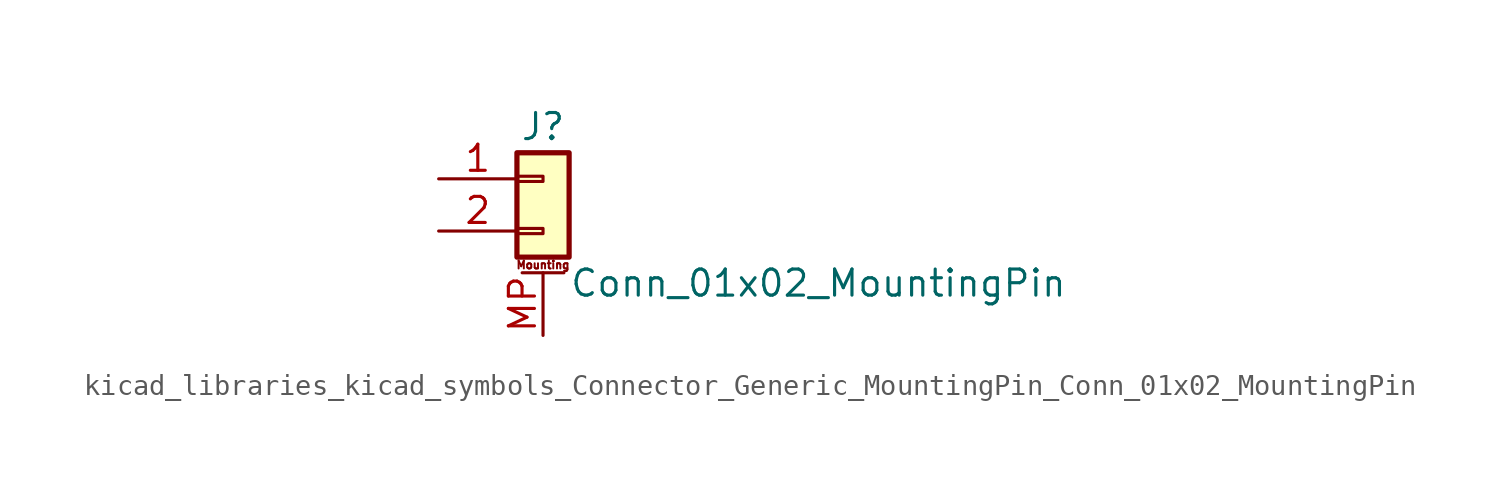
<source format=kicad_sym>
(kicad_symbol_lib
  (version 20220914)
  (generator kicad_symbol_editor)
  (symbol "kicad_libraries_kicad_symbols_Connector_Generic_MountingPin_Conn_01x02_MountingPin"
    (pin_names
      (offset 1.016) hide)
    (property "Reference" "J"
      (at 0 2.54 0)
      (effects (font (size 1.27 1.27))))
    (property "Value" "Conn_01x02_MountingPin"
      (at 1.27 -5.08 0)
      (effects (font (size 1.27 1.27)) (justify left)))
    (symbol "kicad_libraries_kicad_symbols_Connector_Generic_MountingPin_Conn_01x02_MountingPin_1_1"
      (rectangle (start -1.27 -2.413) (end 0 -2.667) (stroke (width 0.152) (type default)) (fill (type none)))
      (rectangle (start -1.27 0.127) (end 0 -0.127) (stroke (width 0.152) (type default)) (fill (type none)))
      (rectangle (start -1.27 1.27) (end 1.27 -3.81) (stroke (width 0.254) (type default)) (fill (type background)))
      (polyline (pts (xy -1.016 -4.572) (xy 1.016 -4.572)) (stroke (width 0.152) (type default)) (fill (type none)))
      (text "Mounting" (at 0 -4.191 0) (effects (font (size 0.381 0.381))))
      (pin passive line (at -5.08 0 0) (length 3.81) (name "Pin_1" (effects (font (size 1.27 1.27)))) (number "1" (effects (font (size 1.27 1.27)))))
      (pin passive line (at -5.08 -2.54 0) (length 3.81) (name "Pin_2" (effects (font (size 1.27 1.27)))) (number "2" (effects (font (size 1.27 1.27)))))
      (pin passive line (at 0 -7.62 90) (length 3.048) (name "MountPin" (effects (font (size 1.27 1.27)))) (number "MP" (effects (font (size 1.27 1.27))))))))
</source>
